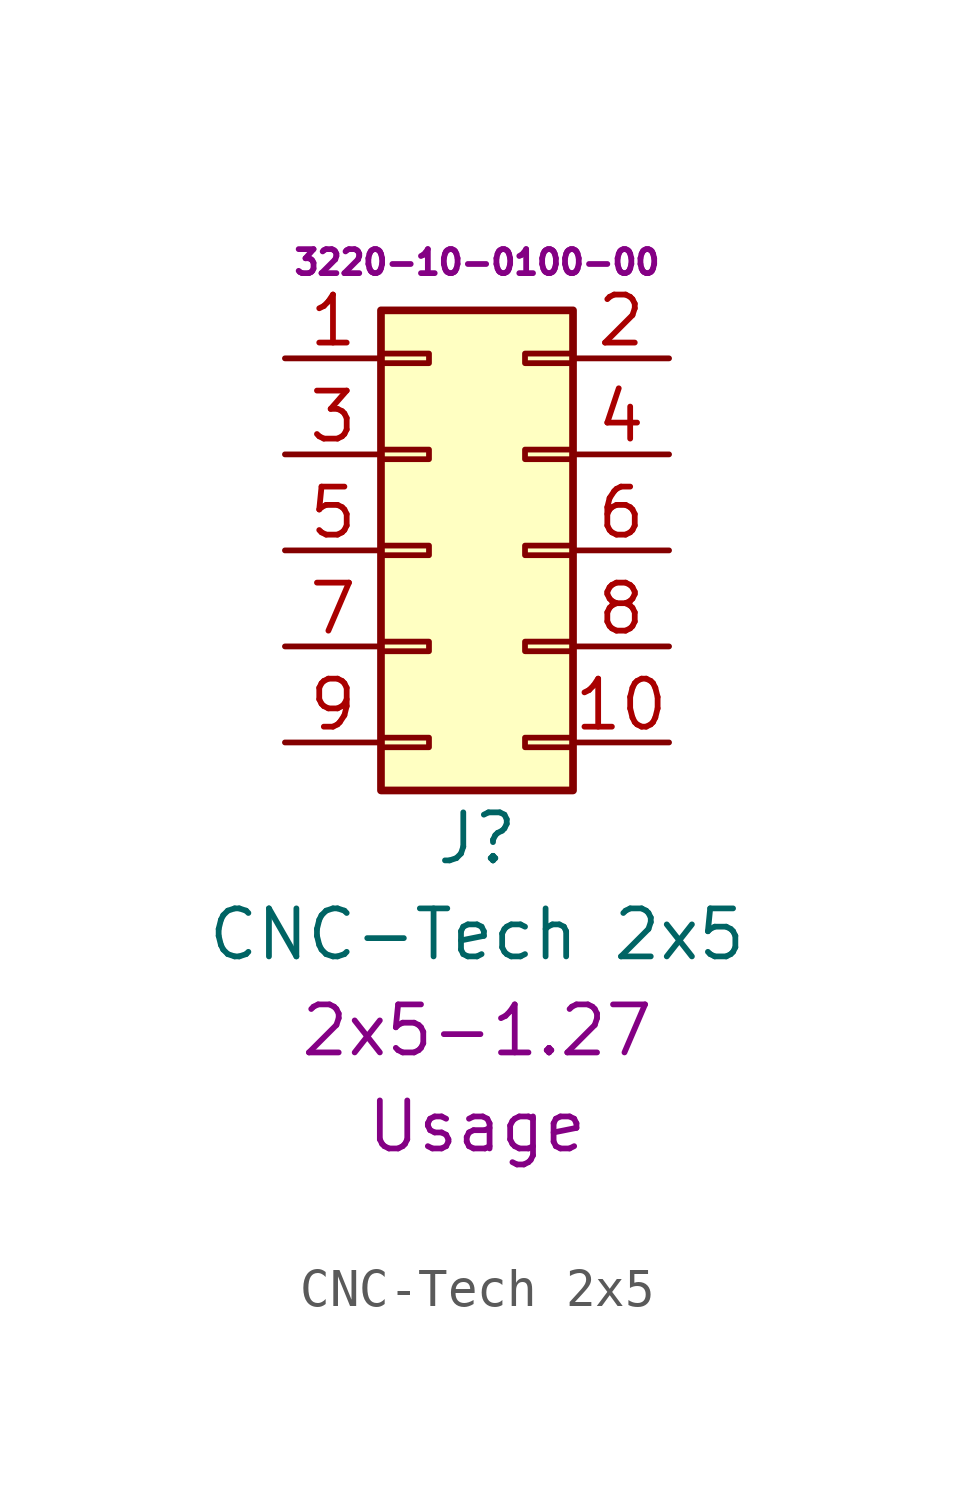
<source format=kicad_sym>
(kicad_symbol_lib
  (version 20211014)
  (generator kicad_symbol_editor)
  (symbol "CNC-Tech 2x5"
    (pin_names
      (offset 1.016) hide)
    (property "Reference" "J"
      (at 0 -7.62 0)
      (effects (font (size 1.27 1.27))))
    (property "Value" "CNC-Tech 2x5"
      (at 0 -10.16 0)
      (effects (font (size 1.27 1.27))))
    (property "Package" "2x5-1.27"
      (at 0 -12.7 0)
      (effects (font (size 1.27 1.27))))
    (property "Usage" "Usage"
      (at 0 -15.24 0)
      (effects (font (size 1.27 1.27))))
    (property "ID" "3220-10-0100-00"
      (at 0 7.62 0)
      (effects (font (size 0.635 0.635))))
    (symbol "CNC-Tech 2x5_1_1"
      (rectangle (start -2.54 -4.953) (end -1.27 -5.207) (stroke (width 0.152) (type default) (color 0 0 0 0)) (fill (type none)))
      (rectangle (start -2.54 -2.413) (end -1.27 -2.667) (stroke (width 0.152) (type default) (color 0 0 0 0)) (fill (type none)))
      (rectangle (start -2.54 0.127) (end -1.27 -0.127) (stroke (width 0.152) (type default) (color 0 0 0 0)) (fill (type none)))
      (rectangle (start -2.54 2.667) (end -1.27 2.413) (stroke (width 0.152) (type default) (color 0 0 0 0)) (fill (type none)))
      (rectangle (start -2.54 5.207) (end -1.27 4.953) (stroke (width 0.152) (type default) (color 0 0 0 0)) (fill (type none)))
      (rectangle (start -2.54 6.35) (end 2.54 -6.35) (stroke (width 0.203) (type default) (color 0 0 0 0)) (fill (type background)))
      (rectangle (start 2.54 -4.953) (end 1.27 -5.207) (stroke (width 0.152) (type default) (color 0 0 0 0)) (fill (type none)))
      (rectangle (start 2.54 -2.413) (end 1.27 -2.667) (stroke (width 0.152) (type default) (color 0 0 0 0)) (fill (type none)))
      (rectangle (start 2.54 0.127) (end 1.27 -0.127) (stroke (width 0.152) (type default) (color 0 0 0 0)) (fill (type none)))
      (rectangle (start 2.54 2.667) (end 1.27 2.413) (stroke (width 0.152) (type default) (color 0 0 0 0)) (fill (type none)))
      (rectangle (start 2.54 5.207) (end 1.27 4.953) (stroke (width 0.152) (type default) (color 0 0 0 0)) (fill (type none)))
      (pin passive line (at -5.08 5.08 0) (length 2.54) (name "Pin_1" (effects (font (size 1.27 1.27)))) (number "1" (effects (font (size 1.27 1.27)))))
      (pin passive line (at 5.08 -5.08 180) (length 2.54) (name "Pin_10" (effects (font (size 1.27 1.27)))) (number "10" (effects (font (size 1.27 1.27)))))
      (pin passive line (at 5.08 5.08 180) (length 2.54) (name "Pin_2" (effects (font (size 1.27 1.27)))) (number "2" (effects (font (size 1.27 1.27)))))
      (pin passive line (at -5.08 2.54 0) (length 2.54) (name "Pin_3" (effects (font (size 1.27 1.27)))) (number "3" (effects (font (size 1.27 1.27)))))
      (pin passive line (at 5.08 2.54 180) (length 2.54) (name "Pin_4" (effects (font (size 1.27 1.27)))) (number "4" (effects (font (size 1.27 1.27)))))
      (pin passive line (at -5.08 0 0) (length 2.54) (name "Pin_5" (effects (font (size 1.27 1.27)))) (number "5" (effects (font (size 1.27 1.27)))))
      (pin passive line (at 5.08 0 180) (length 2.54) (name "Pin_6" (effects (font (size 1.27 1.27)))) (number "6" (effects (font (size 1.27 1.27)))))
      (pin passive line (at -5.08 -2.54 0) (length 2.54) (name "Pin_7" (effects (font (size 1.27 1.27)))) (number "7" (effects (font (size 1.27 1.27)))))
      (pin passive line (at 5.08 -2.54 180) (length 2.54) (name "Pin_8" (effects (font (size 1.27 1.27)))) (number "8" (effects (font (size 1.27 1.27)))))
      (pin passive line (at -5.08 -5.08 0) (length 2.54) (name "Pin_9" (effects (font (size 1.27 1.27)))) (number "9" (effects (font (size 1.27 1.27))))))))
</source>
